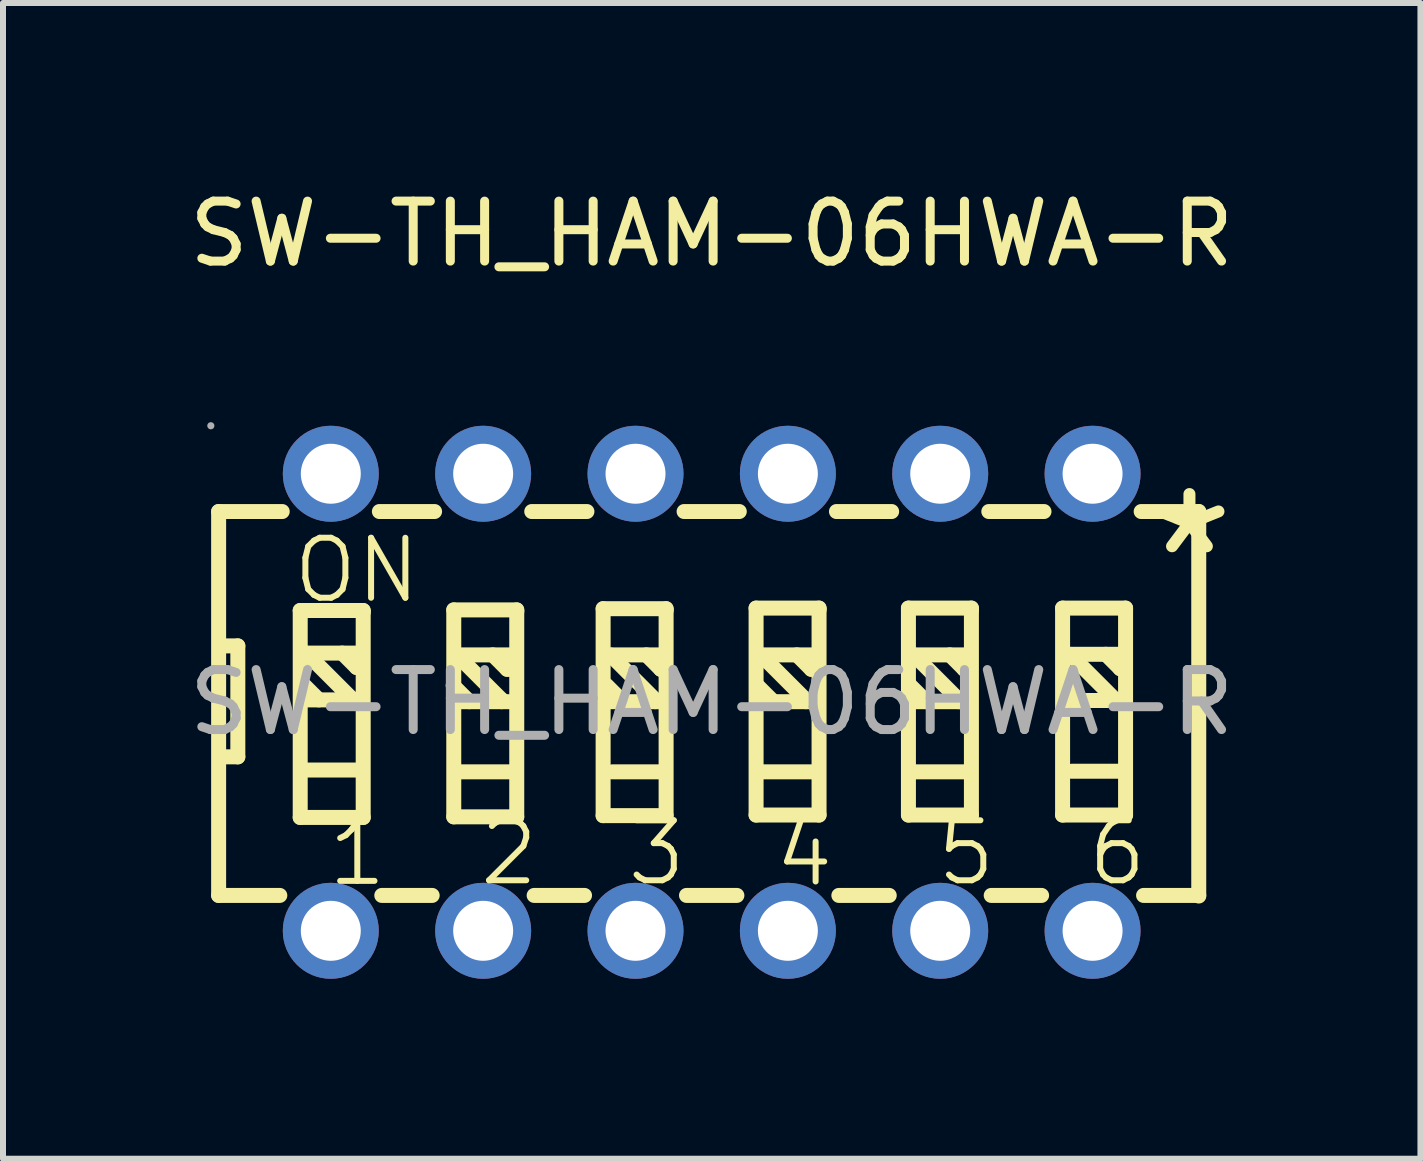
<source format=kicad_pcb>
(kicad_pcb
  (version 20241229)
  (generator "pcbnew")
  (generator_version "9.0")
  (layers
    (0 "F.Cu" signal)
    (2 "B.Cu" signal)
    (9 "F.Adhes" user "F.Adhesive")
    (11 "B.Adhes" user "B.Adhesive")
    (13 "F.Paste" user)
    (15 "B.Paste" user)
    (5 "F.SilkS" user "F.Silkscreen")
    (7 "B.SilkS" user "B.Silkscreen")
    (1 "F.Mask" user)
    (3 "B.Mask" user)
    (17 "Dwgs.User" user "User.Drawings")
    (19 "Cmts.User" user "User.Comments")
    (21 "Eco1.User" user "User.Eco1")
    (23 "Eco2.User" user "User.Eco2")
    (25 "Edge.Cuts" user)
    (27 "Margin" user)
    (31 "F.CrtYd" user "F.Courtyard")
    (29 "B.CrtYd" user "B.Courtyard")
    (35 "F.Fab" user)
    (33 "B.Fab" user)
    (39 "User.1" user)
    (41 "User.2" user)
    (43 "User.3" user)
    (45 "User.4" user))
  (footprint "SW-TH_HAM-06HWA-R"
    (layer "F.Cu")
    (at 8.815 8.658)
    (property "Reference" "SW-TH_HAM-06HWA-R" (at 0 -7.81 0) (layer "F.SilkS") (effects (font (size 1 1) (thickness 0.15))))
    (attr through_hole)
    (fp_line (start -8.22 -3.18) (end -8.22 3.22) (stroke (width 0.25) (type solid)) (layer "F.SilkS"))
    (fp_line (start -8.22 -3.18) (end -7.16 -3.18) (stroke (width 0.25) (type solid)) (layer "F.SilkS"))
    (fp_line (start -8.22 3.22) (end -7.2 3.22) (stroke (width 0.25) (type solid)) (layer "F.SilkS"))
    (fp_line (start -8.2 -0.94) (end -7.9 -0.94) (stroke (width 0.25) (type solid)) (layer "F.SilkS"))
    (fp_line (start -7.9 -0.94) (end -7.9 0.91) (stroke (width 0.25) (type solid)) (layer "F.SilkS"))
    (fp_line (start -7.9 0.91) (end -8.18 0.91) (stroke (width 0.25) (type solid)) (layer "F.SilkS"))
    (fp_line (start -6.86 -1.53) (end -6.86 1.92) (stroke (width 0.25) (type solid)) (layer "F.SilkS"))
    (fp_line (start -6.86 1.92) (end -5.81 1.92) (stroke (width 0.25) (type solid)) (layer "F.SilkS"))
    (fp_line (start -6.76 -0.82) (end -6.01 -0.07) (stroke (width 0.25) (type solid)) (layer "F.SilkS"))
    (fp_line (start -6.75 -0.04) (end -5.88 -0.04) (stroke (width 0.25) (type solid)) (layer "F.SilkS"))
    (fp_line (start -6.73 -0.82) (end -5.86 -0.82) (stroke (width 0.25) (type solid)) (layer "F.SilkS"))
    (fp_line (start -6.73 1.13) (end -5.86 1.13) (stroke (width 0.25) (type solid)) (layer "F.SilkS"))
    (fp_line (start -6.55 -0.04) (end -6.82 -0.31) (stroke (width 0.25) (type solid)) (layer "F.SilkS"))
    (fp_line (start -6.16 -0.82) (end -5.92 -0.58) (stroke (width 0.25) (type solid)) (layer "F.SilkS"))
    (fp_line (start -6.01 -0.07) (end -6.01 -0.04) (stroke (width 0.25) (type solid)) (layer "F.SilkS"))
    (fp_line (start -5.92 -0.58) (end -5.89 -0.58) (stroke (width 0.25) (type solid)) (layer "F.SilkS"))
    (fp_line (start -5.81 -1.53) (end -6.86 -1.53) (stroke (width 0.25) (type solid)) (layer "F.SilkS"))
    (fp_line (start -5.81 -1.5) (end -5.81 -1.53) (stroke (width 0.25) (type solid)) (layer "F.SilkS"))
    (fp_line (start -5.81 1.92) (end -5.81 -1.5) (stroke (width 0.25) (type solid)) (layer "F.SilkS"))
    (fp_line (start -5.54 -3.18) (end -4.62 -3.18) (stroke (width 0.25) (type solid)) (layer "F.SilkS"))
    (fp_line (start -5.5 3.22) (end -4.66 3.22) (stroke (width 0.25) (type solid)) (layer "F.SilkS"))
    (fp_line (start -4.3 -1.54) (end -4.3 1.91) (stroke (width 0.25) (type solid)) (layer "F.SilkS"))
    (fp_line (start -4.3 1.91) (end -3.25 1.91) (stroke (width 0.25) (type solid)) (layer "F.SilkS"))
    (fp_line (start -4.25 -0.79) (end -3.5 -0.04) (stroke (width 0.25) (type solid)) (layer "F.SilkS"))
    (fp_line (start -4.24 -0.01) (end -3.37 -0.01) (stroke (width 0.25) (type solid)) (layer "F.SilkS"))
    (fp_line (start -4.22 -0.79) (end -3.35 -0.79) (stroke (width 0.25) (type solid)) (layer "F.SilkS"))
    (fp_line (start -4.22 1.16) (end -3.35 1.16) (stroke (width 0.25) (type solid)) (layer "F.SilkS"))
    (fp_line (start -4.04 -0.01) (end -4.31 -0.28) (stroke (width 0.25) (type solid)) (layer "F.SilkS"))
    (fp_line (start -3.65 -0.79) (end -3.41 -0.55) (stroke (width 0.25) (type solid)) (layer "F.SilkS"))
    (fp_line (start -3.5 -0.04) (end -3.5 -0.01) (stroke (width 0.25) (type solid)) (layer "F.SilkS"))
    (fp_line (start -3.41 -0.55) (end -3.38 -0.55) (stroke (width 0.25) (type solid)) (layer "F.SilkS"))
    (fp_line (start -3.25 -1.54) (end -4.3 -1.54) (stroke (width 0.25) (type solid)) (layer "F.SilkS"))
    (fp_line (start -3.25 -1.51) (end -3.25 -1.54) (stroke (width 0.25) (type solid)) (layer "F.SilkS"))
    (fp_line (start -3.25 1.91) (end -3.25 -1.51) (stroke (width 0.25) (type solid)) (layer "F.SilkS"))
    (fp_line (start -3 -3.18) (end -2.08 -3.18) (stroke (width 0.25) (type solid)) (layer "F.SilkS"))
    (fp_line (start -2.96 3.22) (end -2.12 3.22) (stroke (width 0.25) (type solid)) (layer "F.SilkS"))
    (fp_line (start -1.81 -1.56) (end -1.81 1.89) (stroke (width 0.25) (type solid)) (layer "F.SilkS"))
    (fp_line (start -1.81 1.89) (end -0.76 1.89) (stroke (width 0.25) (type solid)) (layer "F.SilkS"))
    (fp_line (start -1.69 -0.79) (end -0.94 -0.04) (stroke (width 0.25) (type solid)) (layer "F.SilkS"))
    (fp_line (start -1.68 -0.01) (end -0.81 -0.01) (stroke (width 0.25) (type solid)) (layer "F.SilkS"))
    (fp_line (start -1.66 -0.79) (end -0.79 -0.79) (stroke (width 0.25) (type solid)) (layer "F.SilkS"))
    (fp_line (start -1.66 1.16) (end -0.79 1.16) (stroke (width 0.25) (type solid)) (layer "F.SilkS"))
    (fp_line (start -1.48 -0.01) (end -1.75 -0.28) (stroke (width 0.25) (type solid)) (layer "F.SilkS"))
    (fp_line (start -1.09 -0.79) (end -0.85 -0.55) (stroke (width 0.25) (type solid)) (layer "F.SilkS"))
    (fp_line (start -0.94 -0.04) (end -0.94 -0.01) (stroke (width 0.25) (type solid)) (layer "F.SilkS"))
    (fp_line (start -0.85 -0.55) (end -0.82 -0.55) (stroke (width 0.25) (type solid)) (layer "F.SilkS"))
    (fp_line (start -0.76 -1.56) (end -1.81 -1.56) (stroke (width 0.25) (type solid)) (layer "F.SilkS"))
    (fp_line (start -0.76 -1.53) (end -0.76 -1.56) (stroke (width 0.25) (type solid)) (layer "F.SilkS"))
    (fp_line (start -0.76 1.89) (end -0.76 -1.53) (stroke (width 0.25) (type solid)) (layer "F.SilkS"))
    (fp_line (start -0.46 -3.18) (end 0.46 -3.18) (stroke (width 0.25) (type solid)) (layer "F.SilkS"))
    (fp_line (start -0.42 3.22) (end 0.42 3.22) (stroke (width 0.25) (type solid)) (layer "F.SilkS"))
    (fp_line (start 0.74 -1.57) (end 0.74 1.88) (stroke (width 0.25) (type solid)) (layer "F.SilkS"))
    (fp_line (start 0.74 1.88) (end 1.79 1.88) (stroke (width 0.25) (type solid)) (layer "F.SilkS"))
    (fp_line (start 0.82 -0.79) (end 1.57 -0.04) (stroke (width 0.25) (type solid)) (layer "F.SilkS"))
    (fp_line (start 0.83 -0.01) (end 1.7 -0.01) (stroke (width 0.25) (type solid)) (layer "F.SilkS"))
    (fp_line (start 0.85 -0.79) (end 1.72 -0.79) (stroke (width 0.25) (type solid)) (layer "F.SilkS"))
    (fp_line (start 0.85 1.16) (end 1.72 1.16) (stroke (width 0.25) (type solid)) (layer "F.SilkS"))
    (fp_line (start 1.03 -0.01) (end 0.76 -0.28) (stroke (width 0.25) (type solid)) (layer "F.SilkS"))
    (fp_line (start 1.42 -0.79) (end 1.66 -0.55) (stroke (width 0.25) (type solid)) (layer "F.SilkS"))
    (fp_line (start 1.57 -0.04) (end 1.57 -0.01) (stroke (width 0.25) (type solid)) (layer "F.SilkS"))
    (fp_line (start 1.66 -0.55) (end 1.69 -0.55) (stroke (width 0.25) (type solid)) (layer "F.SilkS"))
    (fp_line (start 1.79 -1.57) (end 0.74 -1.57) (stroke (width 0.25) (type solid)) (layer "F.SilkS"))
    (fp_line (start 1.79 -1.54) (end 1.79 -1.57) (stroke (width 0.25) (type solid)) (layer "F.SilkS"))
    (fp_line (start 1.79 1.88) (end 1.79 -1.54) (stroke (width 0.25) (type solid)) (layer "F.SilkS"))
    (fp_line (start 2.08 -3.18) (end 3 -3.18) (stroke (width 0.25) (type solid)) (layer "F.SilkS"))
    (fp_line (start 2.12 3.22) (end 2.96 3.22) (stroke (width 0.25) (type solid)) (layer "F.SilkS"))
    (fp_line (start 3.28 -1.57) (end 3.28 1.88) (stroke (width 0.25) (type solid)) (layer "F.SilkS"))
    (fp_line (start 3.28 1.88) (end 4.33 1.88) (stroke (width 0.25) (type solid)) (layer "F.SilkS"))
    (fp_line (start 3.37 -0.79) (end 4.12 -0.04) (stroke (width 0.25) (type solid)) (layer "F.SilkS"))
    (fp_line (start 3.38 -0.01) (end 4.25 -0.01) (stroke (width 0.25) (type solid)) (layer "F.SilkS"))
    (fp_line (start 3.4 -0.79) (end 4.27 -0.79) (stroke (width 0.25) (type solid)) (layer "F.SilkS"))
    (fp_line (start 3.4 1.16) (end 4.27 1.16) (stroke (width 0.25) (type solid)) (layer "F.SilkS"))
    (fp_line (start 3.58 -0.01) (end 3.31 -0.28) (stroke (width 0.25) (type solid)) (layer "F.SilkS"))
    (fp_line (start 3.97 -0.79) (end 4.21 -0.55) (stroke (width 0.25) (type solid)) (layer "F.SilkS"))
    (fp_line (start 4.12 -0.04) (end 4.12 -0.01) (stroke (width 0.25) (type solid)) (layer "F.SilkS"))
    (fp_line (start 4.21 -0.55) (end 4.24 -0.55) (stroke (width 0.25) (type solid)) (layer "F.SilkS"))
    (fp_line (start 4.33 -1.57) (end 3.28 -1.57) (stroke (width 0.25) (type solid)) (layer "F.SilkS"))
    (fp_line (start 4.33 -1.54) (end 4.33 -1.57) (stroke (width 0.25) (type solid)) (layer "F.SilkS"))
    (fp_line (start 4.33 1.88) (end 4.33 -1.54) (stroke (width 0.25) (type solid)) (layer "F.SilkS"))
    (fp_line (start 4.62 -3.18) (end 5.54 -3.18) (stroke (width 0.25) (type solid)) (layer "F.SilkS"))
    (fp_line (start 4.66 3.22) (end 5.5 3.22) (stroke (width 0.25) (type solid)) (layer "F.SilkS"))
    (fp_line (start 5.85 -1.57) (end 5.85 1.88) (stroke (width 0.25) (type solid)) (layer "F.SilkS"))
    (fp_line (start 5.85 1.88) (end 6.9 1.88) (stroke (width 0.25) (type solid)) (layer "F.SilkS"))
    (fp_line (start 5.97 -0.8) (end 6.72 -0.05) (stroke (width 0.25) (type solid)) (layer "F.SilkS"))
    (fp_line (start 5.98 -0.03) (end 6.85 -0.03) (stroke (width 0.25) (type solid)) (layer "F.SilkS"))
    (fp_line (start 6 -0.8) (end 6.87 -0.8) (stroke (width 0.25) (type solid)) (layer "F.SilkS"))
    (fp_line (start 6 1.15) (end 6.87 1.15) (stroke (width 0.25) (type solid)) (layer "F.SilkS"))
    (fp_line (start 6.18 -0.02) (end 5.91 -0.29) (stroke (width 0.25) (type solid)) (layer "F.SilkS"))
    (fp_line (start 6.57 -0.8) (end 6.81 -0.56) (stroke (width 0.25) (type solid)) (layer "F.SilkS"))
    (fp_line (start 6.72 -0.05) (end 6.72 -0.02) (stroke (width 0.25) (type solid)) (layer "F.SilkS"))
    (fp_line (start 6.81 -0.56) (end 6.84 -0.56) (stroke (width 0.25) (type solid)) (layer "F.SilkS"))
    (fp_line (start 6.9 -1.57) (end 5.85 -1.57) (stroke (width 0.25) (type solid)) (layer "F.SilkS"))
    (fp_line (start 6.9 -1.54) (end 6.9 -1.57) (stroke (width 0.25) (type solid)) (layer "F.SilkS"))
    (fp_line (start 6.9 1.88) (end 6.9 -1.54) (stroke (width 0.25) (type solid)) (layer "F.SilkS"))
    (fp_line (start 7.16 -3.18) (end 8.12 -3.18) (stroke (width 0.25) (type solid)) (layer "F.SilkS"))
    (fp_line (start 7.2 3.22) (end 8.12 3.22) (stroke (width 0.25) (type solid)) (layer "F.SilkS"))
    (fp_line (start 8.12 -3.18) (end 8.12 3.23) (stroke (width 0.25) (type solid)) (layer "F.SilkS"))
    (fp_circle (center -8.35 -4.61) (end -8.32 -4.61) (stroke (width 0.06) (type solid)) (fill no) (layer "F.Fab"))
    (fp_circle (center -6.35 -3.81) (end -6.15 -3.81) (stroke (width 0.4) (type solid)) (fill no) (layer "F.Fab"))
    (fp_circle (center -6.35 3.81) (end -6.15 3.81) (stroke (width 0.4) (type solid)) (fill no) (layer "F.Fab"))
    (fp_circle (center -3.81 -3.81) (end -3.61 -3.81) (stroke (width 0.4) (type solid)) (fill no) (layer "F.Fab"))
    (fp_circle (center -3.81 3.81) (end -3.61 3.81) (stroke (width 0.4) (type solid)) (fill no) (layer "F.Fab"))
    (fp_circle (center -1.27 -3.81) (end -1.07 -3.81) (stroke (width 0.4) (type solid)) (fill no) (layer "F.Fab"))
    (fp_circle (center -1.27 3.81) (end -1.07 3.81) (stroke (width 0.4) (type solid)) (fill no) (layer "F.Fab"))
    (fp_circle (center 1.27 -3.81) (end 1.47 -3.81) (stroke (width 0.4) (type solid)) (fill no) (layer "F.Fab"))
    (fp_circle (center 1.27 3.81) (end 1.47 3.81) (stroke (width 0.4) (type solid)) (fill no) (layer "F.Fab"))
    (fp_circle (center 3.81 -3.81) (end 4.01 -3.81) (stroke (width 0.4) (type solid)) (fill no) (layer "F.Fab"))
    (fp_circle (center 3.81 3.81) (end 4.01 3.81) (stroke (width 0.4) (type solid)) (fill no) (layer "F.Fab"))
    (fp_circle (center 6.35 -3.81) (end 6.55 -3.81) (stroke (width 0.4) (type solid)) (fill no) (layer "F.Fab"))
    (fp_circle (center 6.35 3.81) (end 6.55 3.81) (stroke (width 0.4) (type solid)) (fill no) (layer "F.Fab"))
    (fp_text user "2" (at -3.92 2.51 0) (layer "F.SilkS") (effects (font (size 1 1) (thickness 0.1)) (justify left)))
    (fp_text user "ON" (at -7.03 -2.2 0) (layer "F.SilkS") (effects (font (size 1 1) (thickness 0.1)) (justify left)))
    (fp_text user "4" (at 1 2.53 0) (layer "F.SilkS") (effects (font (size 1 1) (thickness 0.1)) (justify left)))
    (fp_text user "*" (at 7.06 -2.37 0) (layer "F.SilkS") (effects (font (size 2.03 2.03) (thickness 0.2)) (justify left)))
    (fp_text user "3" (at -1.46 2.51 0) (layer "F.SilkS") (effects (font (size 1 1) (thickness 0.1)) (justify left)))
    (fp_text user "6" (at 6.22 2.51 0) (layer "F.SilkS") (effects (font (size 1 1) (thickness 0.1)) (justify left)))
    (fp_text user "1" (at -6.45 2.52 0) (layer "F.SilkS") (effects (font (size 1 1) (thickness 0.1)) (justify left)))
    (fp_text user "5" (at 3.7 2.51 0) (layer "F.SilkS") (effects (font (size 1 1) (thickness 0.1)) (justify left)))
    (fp_text user "${REFERENCE}" (at 0 0 0) (layer "F.Fab") (effects (font (size 1 1) (thickness 0.15))))
    (pad "1" thru_hole circle (at -6.35 -3.81 180) (size 1.6 1.6) (drill 1) (layers "*.Cu" "*.Paste" "*.Mask"))
    (pad "2" thru_hole circle (at -3.81 -3.81 180) (size 1.6 1.6) (drill 1) (layers "*.Cu" "*.Paste" "*.Mask"))
    (pad "3" thru_hole circle (at -1.27 -3.81 180) (size 1.6 1.6) (drill 1) (layers "*.Cu" "*.Paste" "*.Mask"))
    (pad "4" thru_hole circle (at 1.27 -3.81 180) (size 1.6 1.6) (drill 1) (layers "*.Cu" "*.Paste" "*.Mask"))
    (pad "5" thru_hole circle (at 3.81 -3.81 180) (size 1.6 1.6) (drill 1) (layers "*.Cu" "*.Paste" "*.Mask"))
    (pad "6" thru_hole circle (at 6.35 -3.81 180) (size 1.6 1.6) (drill 1) (layers "*.Cu" "*.Paste" "*.Mask"))
    (pad "7" thru_hole circle (at -6.35 3.81 180) (size 1.6 1.6) (drill 1) (layers "*.Cu" "*.Paste" "*.Mask"))
    (pad "8" thru_hole circle (at -3.81 3.81 180) (size 1.6 1.6) (drill 1) (layers "*.Cu" "*.Paste" "*.Mask"))
    (pad "9" thru_hole circle (at -1.27 3.81 180) (size 1.6 1.6) (drill 1) (layers "*.Cu" "*.Paste" "*.Mask"))
    (pad "10" thru_hole circle (at 1.27 3.81 180) (size 1.6 1.6) (drill 1) (layers "*.Cu" "*.Paste" "*.Mask"))
    (pad "11" thru_hole circle (at 3.81 3.81 180) (size 1.6 1.6) (drill 1) (layers "*.Cu" "*.Paste" "*.Mask"))
    (pad "12" thru_hole circle (at 6.35 3.81 180) (size 1.6 1.6) (drill 1) (layers "*.Cu" "*.Paste" "*.Mask")))
  (gr_rect
    (start -3 -3)
    (end 20.631 16.268)
    (stroke (width 0.1) (type default))
    (fill no)
    (layer "Edge.Cuts")))
</source>
